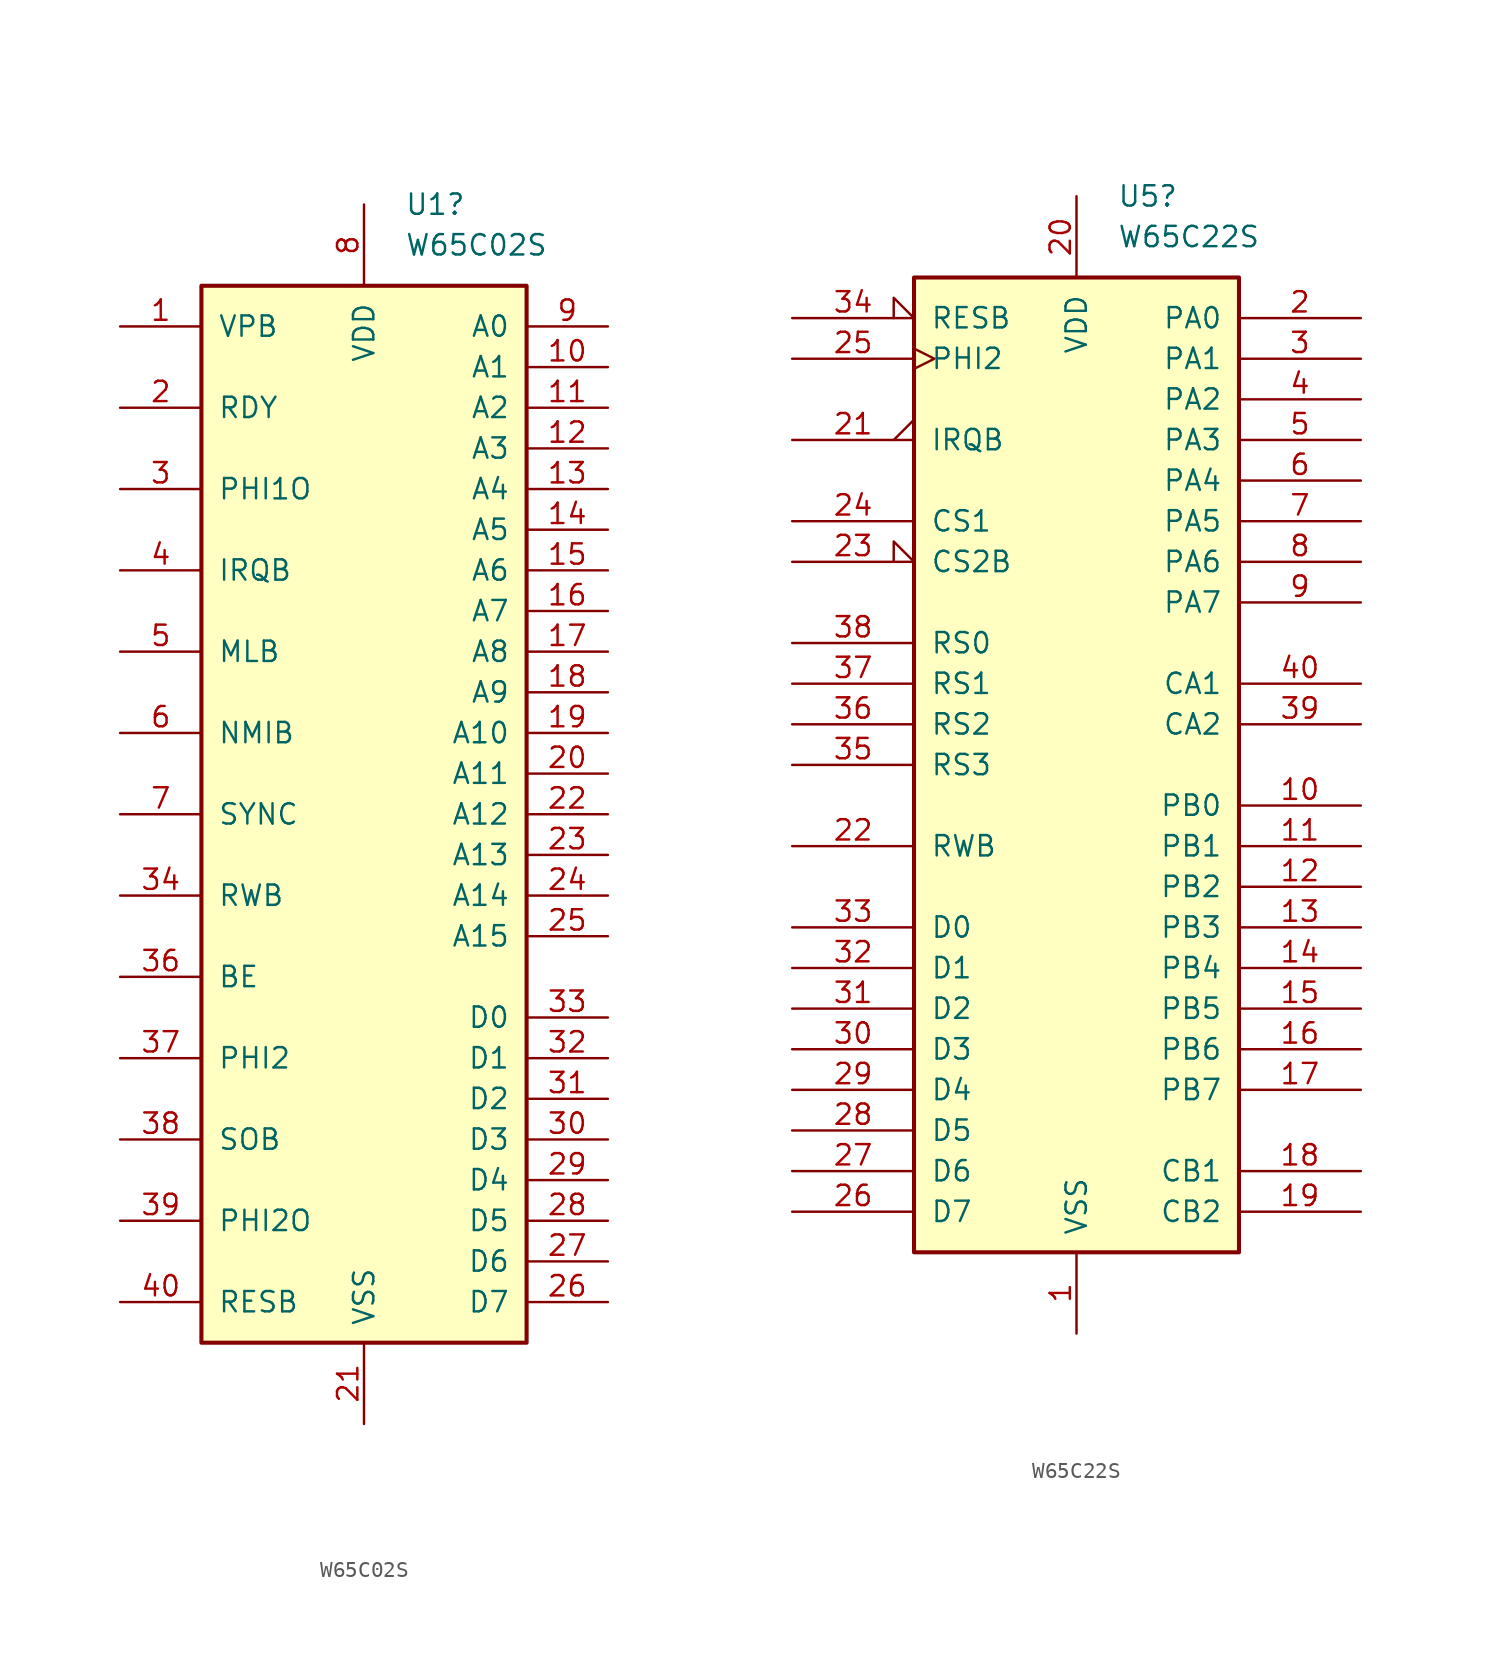
<source format=kicad_sym>
(kicad_symbol_lib
  (version 20220914)
  (generator kicad_symbol_editor)
  (symbol "W65C02S"
    (pin_names
      (offset 1.016))
    (property "Reference" "U1"
      (at 2.54 38.1 0)
      (effects (font (size 1.27 1.27)) (justify left)))
    (property "Value" "W65C02S"
      (at 2.54 35.56 0)
      (effects (font (size 1.27 1.27)) (justify left)))
    (symbol "W65C02S_0_1"
      (rectangle (start -10.16 33.02) (end 10.16 -33.02) (stroke (width 0.254) (type default)) (fill (type background))))
    (symbol "W65C02S_1_1"
      (pin input line (at -15.24 30.48 0) (length 5.08) (name "VPB" (effects (font (size 1.27 1.27)))) (number "1" (effects (font (size 1.27 1.27)))))
      (pin output line (at 15.24 27.94 180) (length 5.08) (name "A1" (effects (font (size 1.27 1.27)))) (number "10" (effects (font (size 1.27 1.27)))))
      (pin output line (at 15.24 25.4 180) (length 5.08) (name "A2" (effects (font (size 1.27 1.27)))) (number "11" (effects (font (size 1.27 1.27)))))
      (pin output line (at 15.24 22.86 180) (length 5.08) (name "A3" (effects (font (size 1.27 1.27)))) (number "12" (effects (font (size 1.27 1.27)))))
      (pin output line (at 15.24 20.32 180) (length 5.08) (name "A4" (effects (font (size 1.27 1.27)))) (number "13" (effects (font (size 1.27 1.27)))))
      (pin output line (at 15.24 17.78 180) (length 5.08) (name "A5" (effects (font (size 1.27 1.27)))) (number "14" (effects (font (size 1.27 1.27)))))
      (pin output line (at 15.24 15.24 180) (length 5.08) (name "A6" (effects (font (size 1.27 1.27)))) (number "15" (effects (font (size 1.27 1.27)))))
      (pin output line (at 15.24 12.7 180) (length 5.08) (name "A7" (effects (font (size 1.27 1.27)))) (number "16" (effects (font (size 1.27 1.27)))))
      (pin output line (at 15.24 10.16 180) (length 5.08) (name "A8" (effects (font (size 1.27 1.27)))) (number "17" (effects (font (size 1.27 1.27)))))
      (pin output line (at 15.24 7.62 180) (length 5.08) (name "A9" (effects (font (size 1.27 1.27)))) (number "18" (effects (font (size 1.27 1.27)))))
      (pin output line (at 15.24 5.08 180) (length 5.08) (name "A10" (effects (font (size 1.27 1.27)))) (number "19" (effects (font (size 1.27 1.27)))))
      (pin input line (at -15.24 25.4 0) (length 5.08) (name "RDY" (effects (font (size 1.27 1.27)))) (number "2" (effects (font (size 1.27 1.27)))))
      (pin output line (at 15.24 2.54 180) (length 5.08) (name "A11" (effects (font (size 1.27 1.27)))) (number "20" (effects (font (size 1.27 1.27)))))
      (pin power_in line (at 0 -38.1 90) (length 5.08) (name "VSS" (effects (font (size 1.27 1.27)))) (number "21" (effects (font (size 1.27 1.27)))))
      (pin output line (at 15.24 0 180) (length 5.08) (name "A12" (effects (font (size 1.27 1.27)))) (number "22" (effects (font (size 1.27 1.27)))))
      (pin output line (at 15.24 -2.54 180) (length 5.08) (name "A13" (effects (font (size 1.27 1.27)))) (number "23" (effects (font (size 1.27 1.27)))))
      (pin output line (at 15.24 -5.08 180) (length 5.08) (name "A14" (effects (font (size 1.27 1.27)))) (number "24" (effects (font (size 1.27 1.27)))))
      (pin output line (at 15.24 -7.62 180) (length 5.08) (name "A15" (effects (font (size 1.27 1.27)))) (number "25" (effects (font (size 1.27 1.27)))))
      (pin bidirectional line (at 15.24 -30.48 180) (length 5.08) (name "D7" (effects (font (size 1.27 1.27)))) (number "26" (effects (font (size 1.27 1.27)))))
      (pin bidirectional line (at 15.24 -27.94 180) (length 5.08) (name "D6" (effects (font (size 1.27 1.27)))) (number "27" (effects (font (size 1.27 1.27)))))
      (pin bidirectional line (at 15.24 -25.4 180) (length 5.08) (name "D5" (effects (font (size 1.27 1.27)))) (number "28" (effects (font (size 1.27 1.27)))))
      (pin bidirectional line (at 15.24 -22.86 180) (length 5.08) (name "D4" (effects (font (size 1.27 1.27)))) (number "29" (effects (font (size 1.27 1.27)))))
      (pin output line (at -15.24 20.32 0) (length 5.08) (name "PHI1O" (effects (font (size 1.27 1.27)))) (number "3" (effects (font (size 1.27 1.27)))))
      (pin bidirectional line (at 15.24 -20.32 180) (length 5.08) (name "D3" (effects (font (size 1.27 1.27)))) (number "30" (effects (font (size 1.27 1.27)))))
      (pin bidirectional line (at 15.24 -17.78 180) (length 5.08) (name "D2" (effects (font (size 1.27 1.27)))) (number "31" (effects (font (size 1.27 1.27)))))
      (pin bidirectional line (at 15.24 -15.24 180) (length 5.08) (name "D1" (effects (font (size 1.27 1.27)))) (number "32" (effects (font (size 1.27 1.27)))))
      (pin bidirectional line (at 15.24 -12.7 180) (length 5.08) (name "D0" (effects (font (size 1.27 1.27)))) (number "33" (effects (font (size 1.27 1.27)))))
      (pin output line (at -15.24 -5.08 0) (length 5.08) (name "RWB" (effects (font (size 1.27 1.27)))) (number "34" (effects (font (size 1.27 1.27)))))
      (pin no_connect non_logic (at -2.54 -38.1 90) (length 5.08) hide (name "nc" (effects (font (size 1.27 1.27)))) (number "35" (effects (font (size 1.27 1.27)))))
      (pin input line (at -15.24 -10.16 0) (length 5.08) (name "BE" (effects (font (size 1.27 1.27)))) (number "36" (effects (font (size 1.27 1.27)))))
      (pin input line (at -15.24 -15.24 0) (length 5.08) (name "PHI2" (effects (font (size 1.27 1.27)))) (number "37" (effects (font (size 1.27 1.27)))))
      (pin input line (at -15.24 -20.32 0) (length 5.08) (name "SOB" (effects (font (size 1.27 1.27)))) (number "38" (effects (font (size 1.27 1.27)))))
      (pin output line (at -15.24 -25.4 0) (length 5.08) (name "PHI2O" (effects (font (size 1.27 1.27)))) (number "39" (effects (font (size 1.27 1.27)))))
      (pin input line (at -15.24 15.24 0) (length 5.08) (name "IRQB" (effects (font (size 1.27 1.27)))) (number "4" (effects (font (size 1.27 1.27)))))
      (pin input line (at -15.24 -30.48 0) (length 5.08) (name "RESB" (effects (font (size 1.27 1.27)))) (number "40" (effects (font (size 1.27 1.27)))))
      (pin output line (at -15.24 10.16 0) (length 5.08) (name "MLB" (effects (font (size 1.27 1.27)))) (number "5" (effects (font (size 1.27 1.27)))))
      (pin input line (at -15.24 5.08 0) (length 5.08) (name "NMIB" (effects (font (size 1.27 1.27)))) (number "6" (effects (font (size 1.27 1.27)))))
      (pin output line (at -15.24 0 0) (length 5.08) (name "SYNC" (effects (font (size 1.27 1.27)))) (number "7" (effects (font (size 1.27 1.27)))))
      (pin power_in line (at 0 38.1 270) (length 5.08) (name "VDD" (effects (font (size 1.27 1.27)))) (number "8" (effects (font (size 1.27 1.27)))))
      (pin output line (at 15.24 30.48 180) (length 5.08) (name "A0" (effects (font (size 1.27 1.27)))) (number "9" (effects (font (size 1.27 1.27)))))))
  (symbol "W65C22S"
    (pin_names
      (offset 1.016))
    (property "Reference" "U5"
      (at 2.54 35.56 0)
      (effects (font (size 1.27 1.27)) (justify left)))
    (property "Value" "W65C22S"
      (at 2.54 33.02 0)
      (effects (font (size 1.27 1.27)) (justify left)))
    (symbol "W65C22S_0_1"
      (rectangle (start -10.16 30.48) (end 10.16 -30.48) (stroke (width 0.254) (type default)) (fill (type background))))
    (symbol "W65C22S_1_1"
      (pin power_in line (at 0 -35.56 90) (length 5.08) (name "VSS" (effects (font (size 1.27 1.27)))) (number "1" (effects (font (size 1.27 1.27)))))
      (pin bidirectional line (at 17.78 -2.54 180) (length 7.62) (name "PB0" (effects (font (size 1.27 1.27)))) (number "10" (effects (font (size 1.27 1.27)))))
      (pin bidirectional line (at 17.78 -5.08 180) (length 7.62) (name "PB1" (effects (font (size 1.27 1.27)))) (number "11" (effects (font (size 1.27 1.27)))))
      (pin bidirectional line (at 17.78 -7.62 180) (length 7.62) (name "PB2" (effects (font (size 1.27 1.27)))) (number "12" (effects (font (size 1.27 1.27)))))
      (pin bidirectional line (at 17.78 -10.16 180) (length 7.62) (name "PB3" (effects (font (size 1.27 1.27)))) (number "13" (effects (font (size 1.27 1.27)))))
      (pin bidirectional line (at 17.78 -12.7 180) (length 7.62) (name "PB4" (effects (font (size 1.27 1.27)))) (number "14" (effects (font (size 1.27 1.27)))))
      (pin bidirectional line (at 17.78 -15.24 180) (length 7.62) (name "PB5" (effects (font (size 1.27 1.27)))) (number "15" (effects (font (size 1.27 1.27)))))
      (pin bidirectional line (at 17.78 -17.78 180) (length 7.62) (name "PB6" (effects (font (size 1.27 1.27)))) (number "16" (effects (font (size 1.27 1.27)))))
      (pin bidirectional line (at 17.78 -20.32 180) (length 7.62) (name "PB7" (effects (font (size 1.27 1.27)))) (number "17" (effects (font (size 1.27 1.27)))))
      (pin input line (at 17.78 -25.4 180) (length 7.62) (name "CB1" (effects (font (size 1.27 1.27)))) (number "18" (effects (font (size 1.27 1.27)))))
      (pin bidirectional line (at 17.78 -27.94 180) (length 7.62) (name "CB2" (effects (font (size 1.27 1.27)))) (number "19" (effects (font (size 1.27 1.27)))))
      (pin bidirectional line (at 17.78 27.94 180) (length 7.62) (name "PA0" (effects (font (size 1.27 1.27)))) (number "2" (effects (font (size 1.27 1.27)))))
      (pin power_in line (at 0 35.56 270) (length 5.08) (name "VDD" (effects (font (size 1.27 1.27)))) (number "20" (effects (font (size 1.27 1.27)))))
      (pin output output_low (at -17.78 20.32 0) (length 7.62) (name "IRQB" (effects (font (size 1.27 1.27)))) (number "21" (effects (font (size 1.27 1.27)))))
      (pin input line (at -17.78 -5.08 0) (length 7.62) (name "RWB" (effects (font (size 1.27 1.27)))) (number "22" (effects (font (size 1.27 1.27)))))
      (pin input input_low (at -17.78 12.7 0) (length 7.62) (name "CS2B" (effects (font (size 1.27 1.27)))) (number "23" (effects (font (size 1.27 1.27)))))
      (pin input line (at -17.78 15.24 0) (length 7.62) (name "CS1" (effects (font (size 1.27 1.27)))) (number "24" (effects (font (size 1.27 1.27)))))
      (pin input clock (at -17.78 25.4 0) (length 7.62) (name "PHI2" (effects (font (size 1.27 1.27)))) (number "25" (effects (font (size 1.27 1.27)))))
      (pin bidirectional line (at -17.78 -27.94 0) (length 7.62) (name "D7" (effects (font (size 1.27 1.27)))) (number "26" (effects (font (size 1.27 1.27)))))
      (pin bidirectional line (at -17.78 -25.4 0) (length 7.62) (name "D6" (effects (font (size 1.27 1.27)))) (number "27" (effects (font (size 1.27 1.27)))))
      (pin bidirectional line (at -17.78 -22.86 0) (length 7.62) (name "D5" (effects (font (size 1.27 1.27)))) (number "28" (effects (font (size 1.27 1.27)))))
      (pin bidirectional line (at -17.78 -20.32 0) (length 7.62) (name "D4" (effects (font (size 1.27 1.27)))) (number "29" (effects (font (size 1.27 1.27)))))
      (pin bidirectional line (at 17.78 25.4 180) (length 7.62) (name "PA1" (effects (font (size 1.27 1.27)))) (number "3" (effects (font (size 1.27 1.27)))))
      (pin bidirectional line (at -17.78 -17.78 0) (length 7.62) (name "D3" (effects (font (size 1.27 1.27)))) (number "30" (effects (font (size 1.27 1.27)))))
      (pin bidirectional line (at -17.78 -15.24 0) (length 7.62) (name "D2" (effects (font (size 1.27 1.27)))) (number "31" (effects (font (size 1.27 1.27)))))
      (pin bidirectional line (at -17.78 -12.7 0) (length 7.62) (name "D1" (effects (font (size 1.27 1.27)))) (number "32" (effects (font (size 1.27 1.27)))))
      (pin bidirectional line (at -17.78 -10.16 0) (length 7.62) (name "D0" (effects (font (size 1.27 1.27)))) (number "33" (effects (font (size 1.27 1.27)))))
      (pin input input_low (at -17.78 27.94 0) (length 7.62) (name "RESB" (effects (font (size 1.27 1.27)))) (number "34" (effects (font (size 1.27 1.27)))))
      (pin input line (at -17.78 0 0) (length 7.62) (name "RS3" (effects (font (size 1.27 1.27)))) (number "35" (effects (font (size 1.27 1.27)))))
      (pin input line (at -17.78 2.54 0) (length 7.62) (name "RS2" (effects (font (size 1.27 1.27)))) (number "36" (effects (font (size 1.27 1.27)))))
      (pin input line (at -17.78 5.08 0) (length 7.62) (name "RS1" (effects (font (size 1.27 1.27)))) (number "37" (effects (font (size 1.27 1.27)))))
      (pin input line (at -17.78 7.62 0) (length 7.62) (name "RS0" (effects (font (size 1.27 1.27)))) (number "38" (effects (font (size 1.27 1.27)))))
      (pin bidirectional line (at 17.78 2.54 180) (length 7.62) (name "CA2" (effects (font (size 1.27 1.27)))) (number "39" (effects (font (size 1.27 1.27)))))
      (pin bidirectional line (at 17.78 22.86 180) (length 7.62) (name "PA2" (effects (font (size 1.27 1.27)))) (number "4" (effects (font (size 1.27 1.27)))))
      (pin input line (at 17.78 5.08 180) (length 7.62) (name "CA1" (effects (font (size 1.27 1.27)))) (number "40" (effects (font (size 1.27 1.27)))))
      (pin bidirectional line (at 17.78 20.32 180) (length 7.62) (name "PA3" (effects (font (size 1.27 1.27)))) (number "5" (effects (font (size 1.27 1.27)))))
      (pin bidirectional line (at 17.78 17.78 180) (length 7.62) (name "PA4" (effects (font (size 1.27 1.27)))) (number "6" (effects (font (size 1.27 1.27)))))
      (pin bidirectional line (at 17.78 15.24 180) (length 7.62) (name "PA5" (effects (font (size 1.27 1.27)))) (number "7" (effects (font (size 1.27 1.27)))))
      (pin bidirectional line (at 17.78 12.7 180) (length 7.62) (name "PA6" (effects (font (size 1.27 1.27)))) (number "8" (effects (font (size 1.27 1.27)))))
      (pin bidirectional line (at 17.78 10.16 180) (length 7.62) (name "PA7" (effects (font (size 1.27 1.27)))) (number "9" (effects (font (size 1.27 1.27))))))))
</source>
